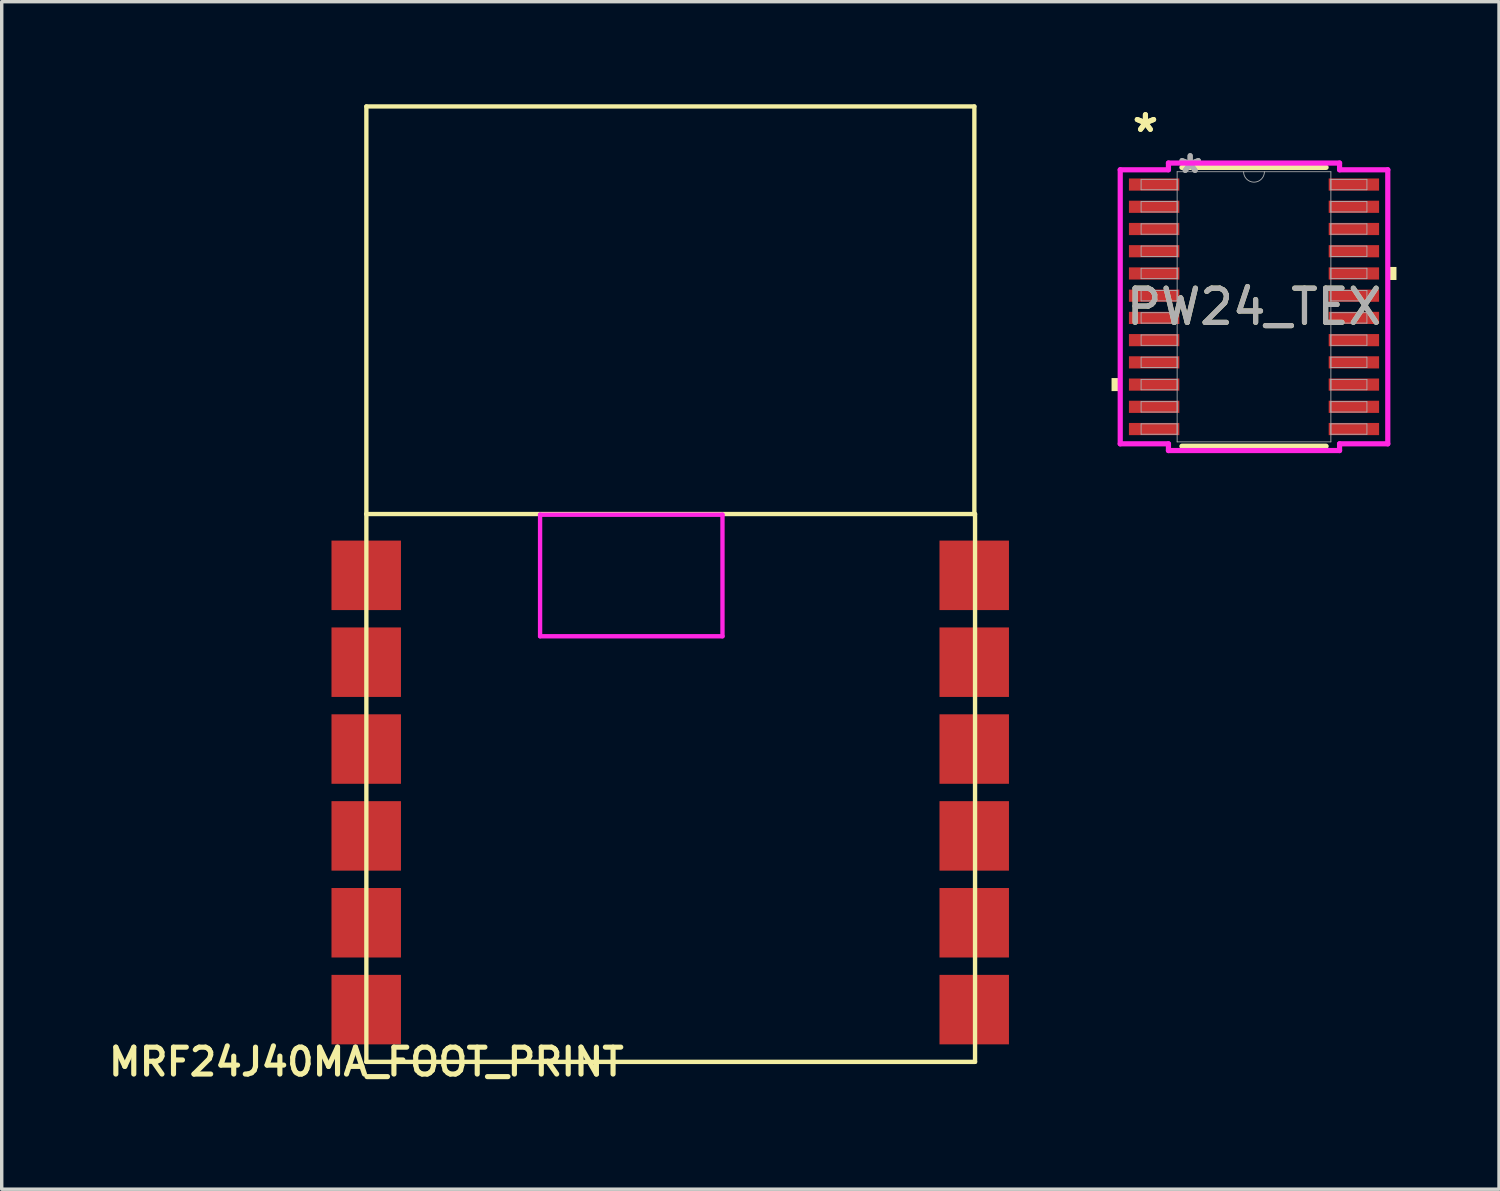
<source format=kicad_pcb>
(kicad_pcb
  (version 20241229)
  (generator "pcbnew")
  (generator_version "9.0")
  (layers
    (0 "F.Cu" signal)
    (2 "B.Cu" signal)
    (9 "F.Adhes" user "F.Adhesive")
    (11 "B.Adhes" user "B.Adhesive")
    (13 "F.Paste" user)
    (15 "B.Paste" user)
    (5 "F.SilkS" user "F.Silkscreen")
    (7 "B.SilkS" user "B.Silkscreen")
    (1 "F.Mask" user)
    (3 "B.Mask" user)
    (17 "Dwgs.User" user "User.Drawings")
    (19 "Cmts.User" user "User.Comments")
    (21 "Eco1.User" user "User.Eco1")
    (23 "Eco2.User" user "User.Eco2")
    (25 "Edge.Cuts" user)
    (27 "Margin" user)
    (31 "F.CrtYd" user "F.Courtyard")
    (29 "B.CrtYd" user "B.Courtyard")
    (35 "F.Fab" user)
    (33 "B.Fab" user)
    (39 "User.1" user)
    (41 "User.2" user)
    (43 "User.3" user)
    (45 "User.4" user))
  (footprint "MRF24J40MA_FOOT_PRINT"
    (layer "F.Cu")
    (at 7.664 28.003)
    (property "Reference" "MRF24J40MA_FOOT_PRINT" (at 0 0 0) (layer "F.SilkS") (effects (font (size 0.787 0.787) (thickness 0.15))))
    (attr smd)
    (fp_line (start 0 -27.94) (end 17.78 -27.94) (stroke (width 0.127) (type solid)) (layer "F.SilkS"))
    (fp_line (start 0 -16.02) (end 0 -27.94) (stroke (width 0.127) (type solid)) (layer "F.SilkS"))
    (fp_line (start 0 -16.02) (end 0 0) (stroke (width 0.127) (type solid)) (layer "F.SilkS"))
    (fp_line (start 0 0) (end 17.8 0) (stroke (width 0.127) (type solid)) (layer "F.SilkS"))
    (fp_line (start 17.78 -27.94) (end 17.78 -16.002) (stroke (width 0.127) (type solid)) (layer "F.SilkS"))
    (fp_line (start 17.8 -16.02) (end 0 -16.02) (stroke (width 0.127) (type solid)) (layer "F.SilkS"))
    (fp_line (start 17.8 0) (end 17.8 -16.02) (stroke (width 0.127) (type solid)) (layer "F.SilkS"))
    (fp_line (start 5.08 -16.002) (end 10.414 -16.002) (stroke (width 0.127) (type solid)) (layer "F.CrtYd"))
    (fp_line (start 5.08 -12.446) (end 5.08 -16.002) (stroke (width 0.127) (type solid)) (layer "F.CrtYd"))
    (fp_line (start 10.414 -16.002) (end 10.414 -12.446) (stroke (width 0.127) (type solid)) (layer "F.CrtYd"))
    (fp_line (start 10.414 -12.446) (end 5.08 -12.446) (stroke (width 0.127) (type solid)) (layer "F.CrtYd"))
    (pad "1" smd rect (at -0.004 -14.228) (size 2.032 2.032) (layers "F.Cu" "F.Mask" "F.Paste"))
    (pad "2" smd rect (at -0.004 -11.688) (size 2.032 2.032) (layers "F.Cu" "F.Mask" "F.Paste"))
    (pad "3" smd rect (at -0.004 -9.148) (size 2.032 2.032) (layers "F.Cu" "F.Mask" "F.Paste"))
    (pad "4" smd rect (at -0.004 -6.608) (size 2.032 2.032) (layers "F.Cu" "F.Mask" "F.Paste"))
    (pad "5" smd rect (at -0.004 -4.068) (size 2.032 2.032) (layers "F.Cu" "F.Mask" "F.Paste"))
    (pad "6" smd rect (at -0.004 -1.528) (size 2.032 2.032) (layers "F.Cu" "F.Mask" "F.Paste"))
    (pad "7" smd rect (at 17.776 -1.528) (size 2.032 2.032) (layers "F.Cu" "F.Mask" "F.Paste"))
    (pad "8" smd rect (at 17.776 -4.068) (size 2.032 2.032) (layers "F.Cu" "F.Mask" "F.Paste"))
    (pad "9" smd rect (at 17.776 -6.608) (size 2.032 2.032) (layers "F.Cu" "F.Mask" "F.Paste"))
    (pad "10" smd rect (at 17.776 -9.148) (size 2.032 2.032) (layers "F.Cu" "F.Mask" "F.Paste"))
    (pad "11" smd rect (at 17.776 -11.688) (size 2.032 2.032) (layers "F.Cu" "F.Mask" "F.Paste"))
    (pad "12" smd rect (at 17.776 -14.228) (size 2.032 2.032) (layers "F.Cu" "F.Mask" "F.Paste")))
  (footprint "PW24_TEX"
    (layer "F.Cu")
    (at 33.622 5.922)
    (property "Reference" "PW24_TEX" (at 0 0 0) (unlocked yes) (layer "F.SilkS") (effects (font (size 1 1) (thickness 0.15))))
    (attr smd)
    (fp_line (start -2.108 4.077) (end 2.108 4.077) (stroke (width 0.152) (type solid)) (layer "F.SilkS"))
    (fp_line (start 2.108 -4.077) (end -2.108 -4.077) (stroke (width 0.152) (type solid)) (layer "F.SilkS"))
    (fp_poly (pts (xy -4.166 2.084) (xy -4.166 2.465) (xy -3.912 2.465) (xy -3.912 2.084)) (stroke (width 0) (type solid)) (fill yes) (layer "F.SilkS"))
    (fp_poly (pts (xy 4.166 -1.165) (xy 4.166 -0.784) (xy 3.912 -0.784) (xy 3.912 -1.165)) (stroke (width 0) (type solid)) (fill yes) (layer "F.SilkS"))
    (fp_line (start -3.912 -4.007) (end -2.502 -4.007) (stroke (width 0.152) (type solid)) (layer "F.CrtYd"))
    (fp_line (start -3.912 4.007) (end -3.912 -4.007) (stroke (width 0.152) (type solid)) (layer "F.CrtYd"))
    (fp_line (start -3.912 4.007) (end -2.502 4.007) (stroke (width 0.152) (type solid)) (layer "F.CrtYd"))
    (fp_line (start -2.502 -4.204) (end 2.502 -4.204) (stroke (width 0.152) (type solid)) (layer "F.CrtYd"))
    (fp_line (start -2.502 -4.007) (end -2.502 -4.204) (stroke (width 0.152) (type solid)) (layer "F.CrtYd"))
    (fp_line (start -2.502 4.204) (end -2.502 4.007) (stroke (width 0.152) (type solid)) (layer "F.CrtYd"))
    (fp_line (start 2.502 -4.204) (end 2.502 -4.007) (stroke (width 0.152) (type solid)) (layer "F.CrtYd"))
    (fp_line (start 2.502 4.007) (end 2.502 4.204) (stroke (width 0.152) (type solid)) (layer "F.CrtYd"))
    (fp_line (start 2.502 4.204) (end -2.502 4.204) (stroke (width 0.152) (type solid)) (layer "F.CrtYd"))
    (fp_line (start 3.912 -4.007) (end 2.502 -4.007) (stroke (width 0.152) (type solid)) (layer "F.CrtYd"))
    (fp_line (start 3.912 -4.007) (end 3.912 4.007) (stroke (width 0.152) (type solid)) (layer "F.CrtYd"))
    (fp_line (start 3.912 4.007) (end 2.502 4.007) (stroke (width 0.152) (type solid)) (layer "F.CrtYd"))
    (fp_line (start -3.302 -3.727) (end -3.302 -3.423) (stroke (width 0.025) (type solid)) (layer "F.Fab"))
    (fp_line (start -3.302 -3.423) (end -2.248 -3.423) (stroke (width 0.025) (type solid)) (layer "F.Fab"))
    (fp_line (start -3.302 -3.077) (end -3.302 -2.773) (stroke (width 0.025) (type solid)) (layer "F.Fab"))
    (fp_line (start -3.302 -2.773) (end -2.248 -2.773) (stroke (width 0.025) (type solid)) (layer "F.Fab"))
    (fp_line (start -3.302 -2.427) (end -3.302 -2.123) (stroke (width 0.025) (type solid)) (layer "F.Fab"))
    (fp_line (start -3.302 -2.123) (end -2.248 -2.123) (stroke (width 0.025) (type solid)) (layer "F.Fab"))
    (fp_line (start -3.302 -1.777) (end -3.302 -1.473) (stroke (width 0.025) (type solid)) (layer "F.Fab"))
    (fp_line (start -3.302 -1.473) (end -2.248 -1.473) (stroke (width 0.025) (type solid)) (layer "F.Fab"))
    (fp_line (start -3.302 -1.127) (end -3.302 -0.823) (stroke (width 0.025) (type solid)) (layer "F.Fab"))
    (fp_line (start -3.302 -0.823) (end -2.248 -0.823) (stroke (width 0.025) (type solid)) (layer "F.Fab"))
    (fp_line (start -3.302 -0.477) (end -3.302 -0.173) (stroke (width 0.025) (type solid)) (layer "F.Fab"))
    (fp_line (start -3.302 -0.173) (end -2.248 -0.173) (stroke (width 0.025) (type solid)) (layer "F.Fab"))
    (fp_line (start -3.302 0.173) (end -3.302 0.477) (stroke (width 0.025) (type solid)) (layer "F.Fab"))
    (fp_line (start -3.302 0.477) (end -2.248 0.477) (stroke (width 0.025) (type solid)) (layer "F.Fab"))
    (fp_line (start -3.302 0.823) (end -3.302 1.127) (stroke (width 0.025) (type solid)) (layer "F.Fab"))
    (fp_line (start -3.302 1.127) (end -2.248 1.127) (stroke (width 0.025) (type solid)) (layer "F.Fab"))
    (fp_line (start -3.302 1.473) (end -3.302 1.777) (stroke (width 0.025) (type solid)) (layer "F.Fab"))
    (fp_line (start -3.302 1.777) (end -2.248 1.777) (stroke (width 0.025) (type solid)) (layer "F.Fab"))
    (fp_line (start -3.302 2.123) (end -3.302 2.427) (stroke (width 0.025) (type solid)) (layer "F.Fab"))
    (fp_line (start -3.302 2.427) (end -2.248 2.427) (stroke (width 0.025) (type solid)) (layer "F.Fab"))
    (fp_line (start -3.302 2.773) (end -3.302 3.077) (stroke (width 0.025) (type solid)) (layer "F.Fab"))
    (fp_line (start -3.302 3.077) (end -2.248 3.077) (stroke (width 0.025) (type solid)) (layer "F.Fab"))
    (fp_line (start -3.302 3.423) (end -3.302 3.727) (stroke (width 0.025) (type solid)) (layer "F.Fab"))
    (fp_line (start -3.302 3.727) (end -2.248 3.727) (stroke (width 0.025) (type solid)) (layer "F.Fab"))
    (fp_line (start -2.248 -3.95) (end -2.248 3.95) (stroke (width 0.025) (type solid)) (layer "F.Fab"))
    (fp_line (start -2.248 -3.727) (end -3.302 -3.727) (stroke (width 0.025) (type solid)) (layer "F.Fab"))
    (fp_line (start -2.248 -3.423) (end -2.248 -3.727) (stroke (width 0.025) (type solid)) (layer "F.Fab"))
    (fp_line (start -2.248 -3.077) (end -3.302 -3.077) (stroke (width 0.025) (type solid)) (layer "F.Fab"))
    (fp_line (start -2.248 -2.773) (end -2.248 -3.077) (stroke (width 0.025) (type solid)) (layer "F.Fab"))
    (fp_line (start -2.248 -2.427) (end -3.302 -2.427) (stroke (width 0.025) (type solid)) (layer "F.Fab"))
    (fp_line (start -2.248 -2.123) (end -2.248 -2.427) (stroke (width 0.025) (type solid)) (layer "F.Fab"))
    (fp_line (start -2.248 -1.777) (end -3.302 -1.777) (stroke (width 0.025) (type solid)) (layer "F.Fab"))
    (fp_line (start -2.248 -1.473) (end -2.248 -1.777) (stroke (width 0.025) (type solid)) (layer "F.Fab"))
    (fp_line (start -2.248 -1.127) (end -3.302 -1.127) (stroke (width 0.025) (type solid)) (layer "F.Fab"))
    (fp_line (start -2.248 -0.823) (end -2.248 -1.127) (stroke (width 0.025) (type solid)) (layer "F.Fab"))
    (fp_line (start -2.248 -0.477) (end -3.302 -0.477) (stroke (width 0.025) (type solid)) (layer "F.Fab"))
    (fp_line (start -2.248 -0.173) (end -2.248 -0.477) (stroke (width 0.025) (type solid)) (layer "F.Fab"))
    (fp_line (start -2.248 0.173) (end -3.302 0.173) (stroke (width 0.025) (type solid)) (layer "F.Fab"))
    (fp_line (start -2.248 0.477) (end -2.248 0.173) (stroke (width 0.025) (type solid)) (layer "F.Fab"))
    (fp_line (start -2.248 0.823) (end -3.302 0.823) (stroke (width 0.025) (type solid)) (layer "F.Fab"))
    (fp_line (start -2.248 1.127) (end -2.248 0.823) (stroke (width 0.025) (type solid)) (layer "F.Fab"))
    (fp_line (start -2.248 1.473) (end -3.302 1.473) (stroke (width 0.025) (type solid)) (layer "F.Fab"))
    (fp_line (start -2.248 1.777) (end -2.248 1.473) (stroke (width 0.025) (type solid)) (layer "F.Fab"))
    (fp_line (start -2.248 2.123) (end -3.302 2.123) (stroke (width 0.025) (type solid)) (layer "F.Fab"))
    (fp_line (start -2.248 2.427) (end -2.248 2.123) (stroke (width 0.025) (type solid)) (layer "F.Fab"))
    (fp_line (start -2.248 2.773) (end -3.302 2.773) (stroke (width 0.025) (type solid)) (layer "F.Fab"))
    (fp_line (start -2.248 3.077) (end -2.248 2.773) (stroke (width 0.025) (type solid)) (layer "F.Fab"))
    (fp_line (start -2.248 3.423) (end -3.302 3.423) (stroke (width 0.025) (type solid)) (layer "F.Fab"))
    (fp_line (start -2.248 3.727) (end -2.248 3.423) (stroke (width 0.025) (type solid)) (layer "F.Fab"))
    (fp_line (start -2.248 3.95) (end 2.248 3.95) (stroke (width 0.025) (type solid)) (layer "F.Fab"))
    (fp_line (start 2.248 -3.95) (end -2.248 -3.95) (stroke (width 0.025) (type solid)) (layer "F.Fab"))
    (fp_line (start 2.248 -3.727) (end 2.248 -3.423) (stroke (width 0.025) (type solid)) (layer "F.Fab"))
    (fp_line (start 2.248 -3.423) (end 3.302 -3.423) (stroke (width 0.025) (type solid)) (layer "F.Fab"))
    (fp_line (start 2.248 -3.077) (end 2.248 -2.773) (stroke (width 0.025) (type solid)) (layer "F.Fab"))
    (fp_line (start 2.248 -2.773) (end 3.302 -2.773) (stroke (width 0.025) (type solid)) (layer "F.Fab"))
    (fp_line (start 2.248 -2.427) (end 2.248 -2.123) (stroke (width 0.025) (type solid)) (layer "F.Fab"))
    (fp_line (start 2.248 -2.123) (end 3.302 -2.123) (stroke (width 0.025) (type solid)) (layer "F.Fab"))
    (fp_line (start 2.248 -1.777) (end 2.248 -1.473) (stroke (width 0.025) (type solid)) (layer "F.Fab"))
    (fp_line (start 2.248 -1.473) (end 3.302 -1.473) (stroke (width 0.025) (type solid)) (layer "F.Fab"))
    (fp_line (start 2.248 -1.127) (end 2.248 -0.823) (stroke (width 0.025) (type solid)) (layer "F.Fab"))
    (fp_line (start 2.248 -0.823) (end 3.302 -0.823) (stroke (width 0.025) (type solid)) (layer "F.Fab"))
    (fp_line (start 2.248 -0.477) (end 2.248 -0.173) (stroke (width 0.025) (type solid)) (layer "F.Fab"))
    (fp_line (start 2.248 -0.173) (end 3.302 -0.173) (stroke (width 0.025) (type solid)) (layer "F.Fab"))
    (fp_line (start 2.248 0.173) (end 2.248 0.477) (stroke (width 0.025) (type solid)) (layer "F.Fab"))
    (fp_line (start 2.248 0.477) (end 3.302 0.477) (stroke (width 0.025) (type solid)) (layer "F.Fab"))
    (fp_line (start 2.248 0.823) (end 2.248 1.127) (stroke (width 0.025) (type solid)) (layer "F.Fab"))
    (fp_line (start 2.248 1.127) (end 3.302 1.127) (stroke (width 0.025) (type solid)) (layer "F.Fab"))
    (fp_line (start 2.248 1.473) (end 2.248 1.777) (stroke (width 0.025) (type solid)) (layer "F.Fab"))
    (fp_line (start 2.248 1.777) (end 3.302 1.777) (stroke (width 0.025) (type solid)) (layer "F.Fab"))
    (fp_line (start 2.248 2.123) (end 2.248 2.427) (stroke (width 0.025) (type solid)) (layer "F.Fab"))
    (fp_line (start 2.248 2.427) (end 3.302 2.427) (stroke (width 0.025) (type solid)) (layer "F.Fab"))
    (fp_line (start 2.248 2.773) (end 2.248 3.077) (stroke (width 0.025) (type solid)) (layer "F.Fab"))
    (fp_line (start 2.248 3.077) (end 3.302 3.077) (stroke (width 0.025) (type solid)) (layer "F.Fab"))
    (fp_line (start 2.248 3.423) (end 2.248 3.727) (stroke (width 0.025) (type solid)) (layer "F.Fab"))
    (fp_line (start 2.248 3.727) (end 3.302 3.727) (stroke (width 0.025) (type solid)) (layer "F.Fab"))
    (fp_line (start 2.248 3.95) (end 2.248 -3.95) (stroke (width 0.025) (type solid)) (layer "F.Fab"))
    (fp_line (start 3.302 -3.727) (end 2.248 -3.727) (stroke (width 0.025) (type solid)) (layer "F.Fab"))
    (fp_line (start 3.302 -3.423) (end 3.302 -3.727) (stroke (width 0.025) (type solid)) (layer "F.Fab"))
    (fp_line (start 3.302 -3.077) (end 2.248 -3.077) (stroke (width 0.025) (type solid)) (layer "F.Fab"))
    (fp_line (start 3.302 -2.773) (end 3.302 -3.077) (stroke (width 0.025) (type solid)) (layer "F.Fab"))
    (fp_line (start 3.302 -2.427) (end 2.248 -2.427) (stroke (width 0.025) (type solid)) (layer "F.Fab"))
    (fp_line (start 3.302 -2.123) (end 3.302 -2.427) (stroke (width 0.025) (type solid)) (layer "F.Fab"))
    (fp_line (start 3.302 -1.777) (end 2.248 -1.777) (stroke (width 0.025) (type solid)) (layer "F.Fab"))
    (fp_line (start 3.302 -1.473) (end 3.302 -1.777) (stroke (width 0.025) (type solid)) (layer "F.Fab"))
    (fp_line (start 3.302 -1.127) (end 2.248 -1.127) (stroke (width 0.025) (type solid)) (layer "F.Fab"))
    (fp_line (start 3.302 -0.823) (end 3.302 -1.127) (stroke (width 0.025) (type solid)) (layer "F.Fab"))
    (fp_line (start 3.302 -0.477) (end 2.248 -0.477) (stroke (width 0.025) (type solid)) (layer "F.Fab"))
    (fp_line (start 3.302 -0.173) (end 3.302 -0.477) (stroke (width 0.025) (type solid)) (layer "F.Fab"))
    (fp_line (start 3.302 0.173) (end 2.248 0.173) (stroke (width 0.025) (type solid)) (layer "F.Fab"))
    (fp_line (start 3.302 0.477) (end 3.302 0.173) (stroke (width 0.025) (type solid)) (layer "F.Fab"))
    (fp_line (start 3.302 0.823) (end 2.248 0.823) (stroke (width 0.025) (type solid)) (layer "F.Fab"))
    (fp_line (start 3.302 1.127) (end 3.302 0.823) (stroke (width 0.025) (type solid)) (layer "F.Fab"))
    (fp_line (start 3.302 1.473) (end 2.248 1.473) (stroke (width 0.025) (type solid)) (layer "F.Fab"))
    (fp_line (start 3.302 1.777) (end 3.302 1.473) (stroke (width 0.025) (type solid)) (layer "F.Fab"))
    (fp_line (start 3.302 2.123) (end 2.248 2.123) (stroke (width 0.025) (type solid)) (layer "F.Fab"))
    (fp_line (start 3.302 2.427) (end 3.302 2.123) (stroke (width 0.025) (type solid)) (layer "F.Fab"))
    (fp_line (start 3.302 2.773) (end 2.248 2.773) (stroke (width 0.025) (type solid)) (layer "F.Fab"))
    (fp_line (start 3.302 3.077) (end 3.302 2.773) (stroke (width 0.025) (type solid)) (layer "F.Fab"))
    (fp_line (start 3.302 3.423) (end 2.248 3.423) (stroke (width 0.025) (type solid)) (layer "F.Fab"))
    (fp_line (start 3.302 3.727) (end 3.302 3.423) (stroke (width 0.025) (type solid)) (layer "F.Fab"))
    (fp_arc (start 0.3048 -3.9497) (mid 0 -3.6449) (end -0.3048 -3.9497) (stroke (width 0.0254) (type solid)) (layer "F.Fab"))
    (fp_text user "*" (at -3.175 -5.074 0) (layer "F.SilkS") (effects (font (size 1 1) (thickness 0.15))))
    (fp_text user "*" (at -3.175 -5.074 0) (unlocked yes) (layer "F.SilkS") (effects (font (size 1 1) (thickness 0.15))))
    (fp_text user "*" (at -1.867 -3.873 0) (layer "F.Fab") (effects (font (size 1 1) (thickness 0.15))))
    (fp_text user "*" (at -1.867 -3.873 0) (unlocked yes) (layer "F.Fab") (effects (font (size 1 1) (thickness 0.15))))
    (fp_text user "${REFERENCE}" (at 0 0 0) (unlocked yes) (layer "F.Fab") (effects (font (size 1 1) (thickness 0.15))))
    (pad "1" smd rect (at -2.921 -3.575) (size 1.473 0.356) (layers "F.Cu" "F.Mask" "F.Paste"))
    (pad "2" smd rect (at -2.921 -2.925) (size 1.473 0.356) (layers "F.Cu" "F.Mask" "F.Paste"))
    (pad "3" smd rect (at -2.921 -2.275) (size 1.473 0.356) (layers "F.Cu" "F.Mask" "F.Paste"))
    (pad "4" smd rect (at -2.921 -1.625) (size 1.473 0.356) (layers "F.Cu" "F.Mask" "F.Paste"))
    (pad "5" smd rect (at -2.921 -0.975) (size 1.473 0.356) (layers "F.Cu" "F.Mask" "F.Paste"))
    (pad "6" smd rect (at -2.921 -0.325) (size 1.473 0.356) (layers "F.Cu" "F.Mask" "F.Paste"))
    (pad "7" smd rect (at -2.921 0.325) (size 1.473 0.356) (layers "F.Cu" "F.Mask" "F.Paste"))
    (pad "8" smd rect (at -2.921 0.975) (size 1.473 0.356) (layers "F.Cu" "F.Mask" "F.Paste"))
    (pad "9" smd rect (at -2.921 1.625) (size 1.473 0.356) (layers "F.Cu" "F.Mask" "F.Paste"))
    (pad "10" smd rect (at -2.921 2.275) (size 1.473 0.356) (layers "F.Cu" "F.Mask" "F.Paste"))
    (pad "11" smd rect (at -2.921 2.925) (size 1.473 0.356) (layers "F.Cu" "F.Mask" "F.Paste"))
    (pad "12" smd rect (at -2.921 3.575) (size 1.473 0.356) (layers "F.Cu" "F.Mask" "F.Paste"))
    (pad "13" smd rect (at 2.921 3.575) (size 1.473 0.356) (layers "F.Cu" "F.Mask" "F.Paste"))
    (pad "14" smd rect (at 2.921 2.925) (size 1.473 0.356) (layers "F.Cu" "F.Mask" "F.Paste"))
    (pad "15" smd rect (at 2.921 2.275) (size 1.473 0.356) (layers "F.Cu" "F.Mask" "F.Paste"))
    (pad "16" smd rect (at 2.921 1.625) (size 1.473 0.356) (layers "F.Cu" "F.Mask" "F.Paste"))
    (pad "17" smd rect (at 2.921 0.975) (size 1.473 0.356) (layers "F.Cu" "F.Mask" "F.Paste"))
    (pad "18" smd rect (at 2.921 0.325) (size 1.473 0.356) (layers "F.Cu" "F.Mask" "F.Paste"))
    (pad "19" smd rect (at 2.921 -0.325) (size 1.473 0.356) (layers "F.Cu" "F.Mask" "F.Paste"))
    (pad "20" smd rect (at 2.921 -0.975) (size 1.473 0.356) (layers "F.Cu" "F.Mask" "F.Paste"))
    (pad "21" smd rect (at 2.921 -1.625) (size 1.473 0.356) (layers "F.Cu" "F.Mask" "F.Paste"))
    (pad "22" smd rect (at 2.921 -2.275) (size 1.473 0.356) (layers "F.Cu" "F.Mask" "F.Paste"))
    (pad "23" smd rect (at 2.921 -2.925) (size 1.473 0.356) (layers "F.Cu" "F.Mask" "F.Paste"))
    (pad "24" smd rect (at 2.921 -3.575) (size 1.473 0.356) (layers "F.Cu" "F.Mask" "F.Paste")))
  (gr_rect
    (start -3 -3)
    (end 40.787 31.727)
    (stroke (width 0.1) (type default))
    (fill no)
    (layer "Edge.Cuts")))
</source>
